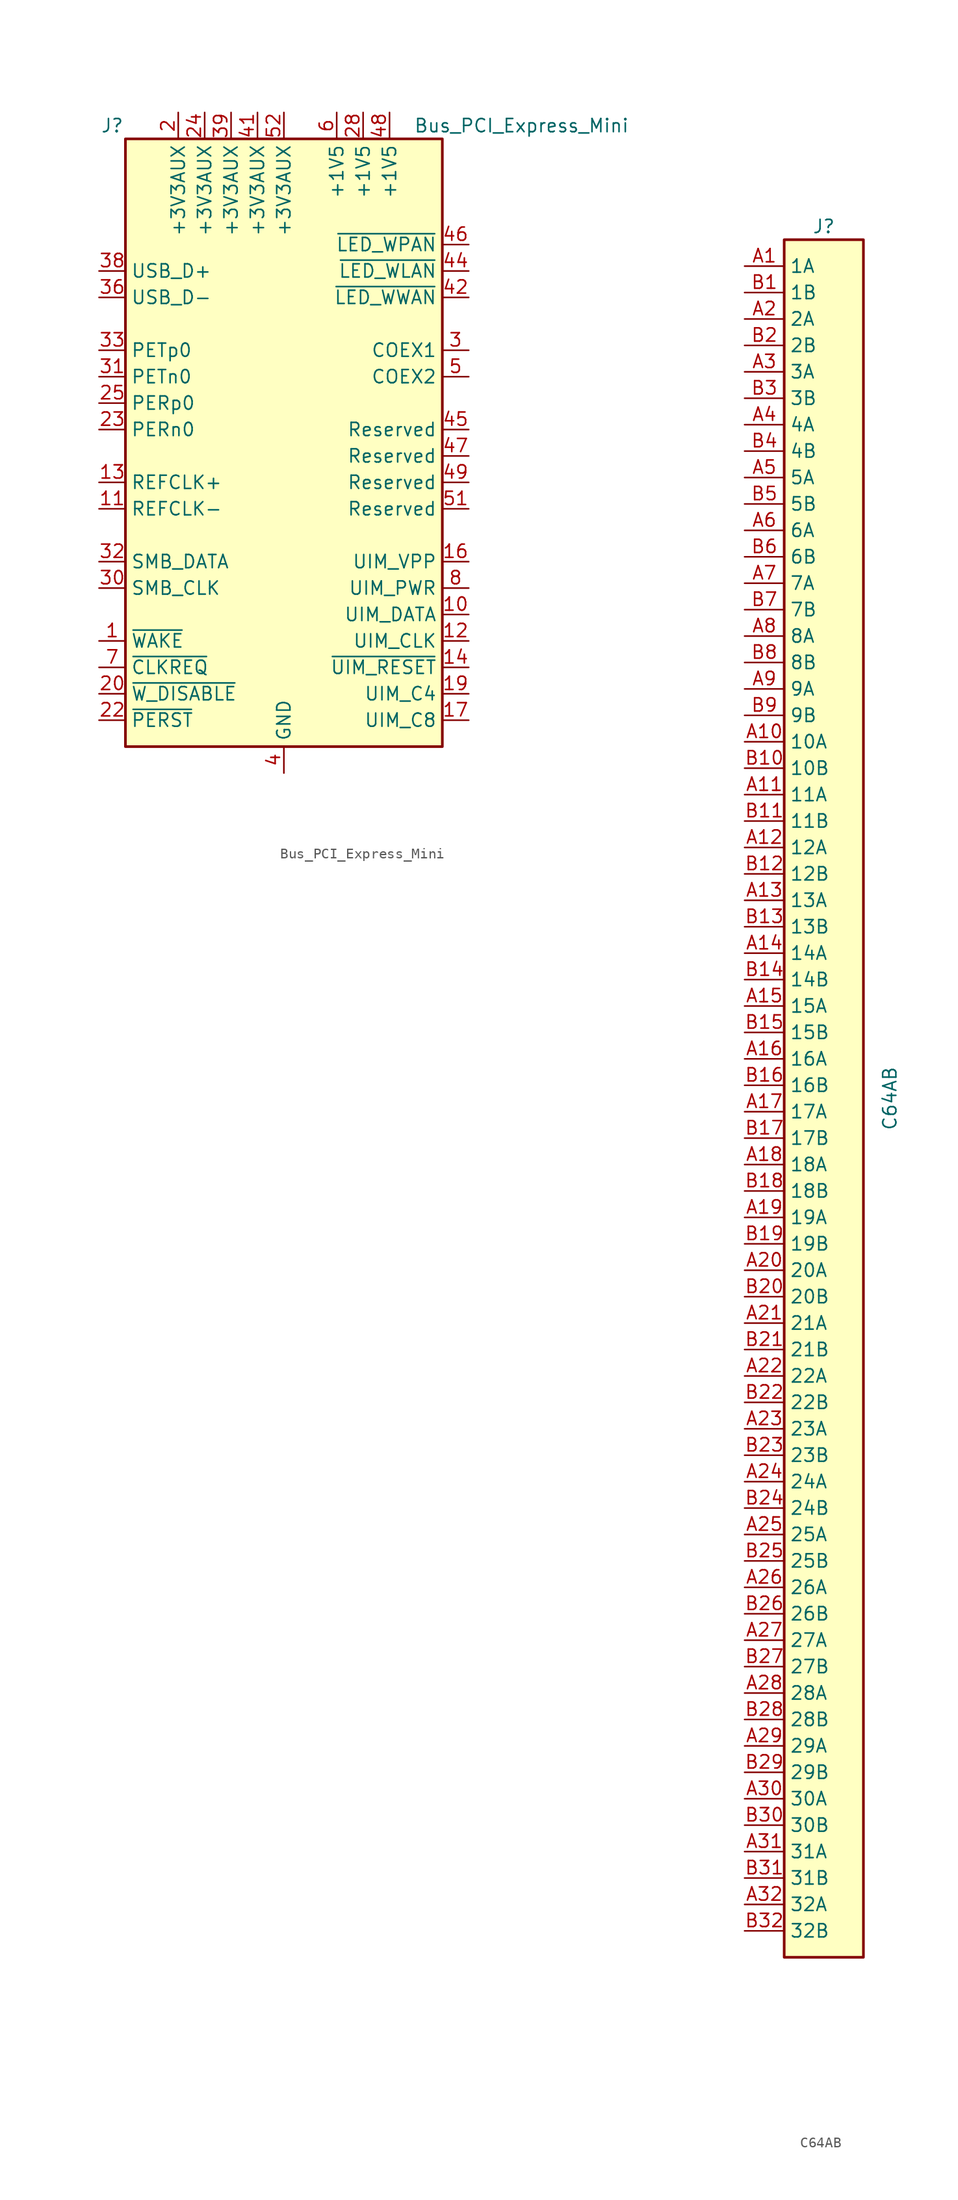
<source format=kicad_sym>
(kicad_symbol_lib
  (version 20211014)
  (generator kicad_symbol_editor)
  (symbol "Bus_PCI_Express_Mini"
    (property "Reference" "J"
      (at -16.51 31.75 0)
      (effects (font (size 1.27 1.27))))
    (property "Value" "Bus_PCI_Express_Mini"
      (at 22.86 31.75 0)
      (effects (font (size 1.27 1.27))))
    (symbol "Bus_PCI_Express_Mini_0_1"
      (rectangle (start -15.24 30.48) (end 15.24 -27.94) (stroke (width 0.254) (type default) (color 0 0 0 0)) (fill (type background))))
    (symbol "Bus_PCI_Express_Mini_1_1"
      (pin open_collector line (at -17.78 -17.78 0) (length 2.54) (name "~{WAKE}" (effects (font (size 1.27 1.27)))) (number "1" (effects (font (size 1.27 1.27)))))
      (pin bidirectional line (at 17.78 -15.24 180) (length 2.54) (name "UIM_DATA" (effects (font (size 1.27 1.27)))) (number "10" (effects (font (size 1.27 1.27)))))
      (pin input line (at -17.78 -5.08 0) (length 2.54) (name "REFCLK-" (effects (font (size 1.27 1.27)))) (number "11" (effects (font (size 1.27 1.27)))))
      (pin output line (at 17.78 -17.78 180) (length 2.54) (name "UIM_CLK" (effects (font (size 1.27 1.27)))) (number "12" (effects (font (size 1.27 1.27)))))
      (pin input line (at -17.78 -2.54 0) (length 2.54) (name "REFCLK+" (effects (font (size 1.27 1.27)))) (number "13" (effects (font (size 1.27 1.27)))))
      (pin output line (at 17.78 -20.32 180) (length 2.54) (name "~{UIM_RESET}" (effects (font (size 1.27 1.27)))) (number "14" (effects (font (size 1.27 1.27)))))
      (pin passive line (at 0 -30.48 90) (length 2.54) hide (name "GND" (effects (font (size 1.27 1.27)))) (number "15" (effects (font (size 1.27 1.27)))))
      (pin power_out line (at 17.78 -10.16 180) (length 2.54) (name "UIM_VPP" (effects (font (size 1.27 1.27)))) (number "16" (effects (font (size 1.27 1.27)))))
      (pin passive line (at 17.78 -25.4 180) (length 2.54) (name "UIM_C8" (effects (font (size 1.27 1.27)))) (number "17" (effects (font (size 1.27 1.27)))))
      (pin passive line (at 0 -30.48 90) (length 2.54) hide (name "GND" (effects (font (size 1.27 1.27)))) (number "18" (effects (font (size 1.27 1.27)))))
      (pin passive line (at 17.78 -22.86 180) (length 2.54) (name "UIM_C4" (effects (font (size 1.27 1.27)))) (number "19" (effects (font (size 1.27 1.27)))))
      (pin power_in line (at -10.16 33.02 270) (length 2.54) (name "+3V3AUX" (effects (font (size 1.27 1.27)))) (number "2" (effects (font (size 1.27 1.27)))))
      (pin input line (at -17.78 -22.86 0) (length 2.54) (name "~{W_DISABLE}" (effects (font (size 1.27 1.27)))) (number "20" (effects (font (size 1.27 1.27)))))
      (pin passive line (at 0 -30.48 90) (length 2.54) hide (name "GND" (effects (font (size 1.27 1.27)))) (number "21" (effects (font (size 1.27 1.27)))))
      (pin input line (at -17.78 -25.4 0) (length 2.54) (name "~{PERST}" (effects (font (size 1.27 1.27)))) (number "22" (effects (font (size 1.27 1.27)))))
      (pin output line (at -17.78 2.54 0) (length 2.54) (name "PERn0" (effects (font (size 1.27 1.27)))) (number "23" (effects (font (size 1.27 1.27)))))
      (pin power_in line (at -7.62 33.02 270) (length 2.54) (name "+3V3AUX" (effects (font (size 1.27 1.27)))) (number "24" (effects (font (size 1.27 1.27)))))
      (pin output line (at -17.78 5.08 0) (length 2.54) (name "PERp0" (effects (font (size 1.27 1.27)))) (number "25" (effects (font (size 1.27 1.27)))))
      (pin passive line (at 0 -30.48 90) (length 2.54) hide (name "GND" (effects (font (size 1.27 1.27)))) (number "26" (effects (font (size 1.27 1.27)))))
      (pin passive line (at 0 -30.48 90) (length 2.54) hide (name "GND" (effects (font (size 1.27 1.27)))) (number "27" (effects (font (size 1.27 1.27)))))
      (pin power_in line (at 7.62 33.02 270) (length 2.54) (name "+1V5" (effects (font (size 1.27 1.27)))) (number "28" (effects (font (size 1.27 1.27)))))
      (pin passive line (at 0 -30.48 90) (length 2.54) hide (name "GND" (effects (font (size 1.27 1.27)))) (number "29" (effects (font (size 1.27 1.27)))))
      (pin passive line (at 17.78 10.16 180) (length 2.54) (name "COEX1" (effects (font (size 1.27 1.27)))) (number "3" (effects (font (size 1.27 1.27)))))
      (pin input line (at -17.78 -12.7 0) (length 2.54) (name "SMB_CLK" (effects (font (size 1.27 1.27)))) (number "30" (effects (font (size 1.27 1.27)))))
      (pin input line (at -17.78 7.62 0) (length 2.54) (name "PETn0" (effects (font (size 1.27 1.27)))) (number "31" (effects (font (size 1.27 1.27)))))
      (pin bidirectional line (at -17.78 -10.16 0) (length 2.54) (name "SMB_DATA" (effects (font (size 1.27 1.27)))) (number "32" (effects (font (size 1.27 1.27)))))
      (pin input line (at -17.78 10.16 0) (length 2.54) (name "PETp0" (effects (font (size 1.27 1.27)))) (number "33" (effects (font (size 1.27 1.27)))))
      (pin passive line (at 0 -30.48 90) (length 2.54) hide (name "GND" (effects (font (size 1.27 1.27)))) (number "34" (effects (font (size 1.27 1.27)))))
      (pin passive line (at 0 -30.48 90) (length 2.54) hide (name "GND" (effects (font (size 1.27 1.27)))) (number "35" (effects (font (size 1.27 1.27)))))
      (pin bidirectional line (at -17.78 15.24 0) (length 2.54) (name "USB_D-" (effects (font (size 1.27 1.27)))) (number "36" (effects (font (size 1.27 1.27)))))
      (pin passive line (at 0 -30.48 90) (length 2.54) hide (name "GND" (effects (font (size 1.27 1.27)))) (number "37" (effects (font (size 1.27 1.27)))))
      (pin bidirectional line (at -17.78 17.78 0) (length 2.54) (name "USB_D+" (effects (font (size 1.27 1.27)))) (number "38" (effects (font (size 1.27 1.27)))))
      (pin power_in line (at -5.08 33.02 270) (length 2.54) (name "+3V3AUX" (effects (font (size 1.27 1.27)))) (number "39" (effects (font (size 1.27 1.27)))))
      (pin power_in line (at 0 -30.48 90) (length 2.54) (name "GND" (effects (font (size 1.27 1.27)))) (number "4" (effects (font (size 1.27 1.27)))))
      (pin passive line (at 0 -30.48 90) (length 2.54) hide (name "GND" (effects (font (size 1.27 1.27)))) (number "40" (effects (font (size 1.27 1.27)))))
      (pin power_in line (at -2.54 33.02 270) (length 2.54) (name "+3V3AUX" (effects (font (size 1.27 1.27)))) (number "41" (effects (font (size 1.27 1.27)))))
      (pin open_collector line (at 17.78 15.24 180) (length 2.54) (name "~{LED_WWAN}" (effects (font (size 1.27 1.27)))) (number "42" (effects (font (size 1.27 1.27)))))
      (pin passive line (at 0 -30.48 90) (length 2.54) hide (name "GND" (effects (font (size 1.27 1.27)))) (number "43" (effects (font (size 1.27 1.27)))))
      (pin open_collector line (at 17.78 17.78 180) (length 2.54) (name "~{LED_WLAN}" (effects (font (size 1.27 1.27)))) (number "44" (effects (font (size 1.27 1.27)))))
      (pin passive line (at 17.78 2.54 180) (length 2.54) (name "Reserved" (effects (font (size 1.27 1.27)))) (number "45" (effects (font (size 1.27 1.27)))))
      (pin open_collector line (at 17.78 20.32 180) (length 2.54) (name "~{LED_WPAN}" (effects (font (size 1.27 1.27)))) (number "46" (effects (font (size 1.27 1.27)))))
      (pin passive line (at 17.78 0 180) (length 2.54) (name "Reserved" (effects (font (size 1.27 1.27)))) (number "47" (effects (font (size 1.27 1.27)))))
      (pin power_in line (at 10.16 33.02 270) (length 2.54) (name "+1V5" (effects (font (size 1.27 1.27)))) (number "48" (effects (font (size 1.27 1.27)))))
      (pin passive line (at 17.78 -2.54 180) (length 2.54) (name "Reserved" (effects (font (size 1.27 1.27)))) (number "49" (effects (font (size 1.27 1.27)))))
      (pin passive line (at 17.78 7.62 180) (length 2.54) (name "COEX2" (effects (font (size 1.27 1.27)))) (number "5" (effects (font (size 1.27 1.27)))))
      (pin passive line (at 0 -30.48 90) (length 2.54) hide (name "GND" (effects (font (size 1.27 1.27)))) (number "50" (effects (font (size 1.27 1.27)))))
      (pin passive line (at 17.78 -5.08 180) (length 2.54) (name "Reserved" (effects (font (size 1.27 1.27)))) (number "51" (effects (font (size 1.27 1.27)))))
      (pin power_in line (at 0 33.02 270) (length 2.54) (name "+3V3AUX" (effects (font (size 1.27 1.27)))) (number "52" (effects (font (size 1.27 1.27)))))
      (pin power_in line (at 5.08 33.02 270) (length 2.54) (name "+1V5" (effects (font (size 1.27 1.27)))) (number "6" (effects (font (size 1.27 1.27)))))
      (pin open_collector line (at -17.78 -20.32 0) (length 2.54) (name "~{CLKREQ}" (effects (font (size 1.27 1.27)))) (number "7" (effects (font (size 1.27 1.27)))))
      (pin power_out line (at 17.78 -12.7 180) (length 2.54) (name "UIM_PWR" (effects (font (size 1.27 1.27)))) (number "8" (effects (font (size 1.27 1.27)))))
      (pin passive line (at 0 -30.48 90) (length 2.54) hide (name "GND" (effects (font (size 1.27 1.27)))) (number "9" (effects (font (size 1.27 1.27)))))))
  (symbol "C64AB"
    (property "Reference" "J"
      (at 0 85.09 0)
      (effects (font (size 1.27 1.27))))
    (property "Value" "C64AB"
      (at 6.35 1.27 90)
      (effects (font (size 1.27 1.27))))
    (symbol "C64AB_0_1"
      (rectangle (start -3.81 -81.28) (end 3.81 83.82) (stroke (width 0.254) (type default) (color 0 0 0 0)) (fill (type background))))
    (symbol "C64AB_1_1"
      (pin passive line (at -7.62 81.28 0) (length 3.81) (name "1A" (effects (font (size 1.27 1.27)))) (number "A1" (effects (font (size 1.27 1.27)))))
      (pin passive line (at -7.62 35.56 0) (length 3.81) (name "10A" (effects (font (size 1.27 1.27)))) (number "A10" (effects (font (size 1.27 1.27)))))
      (pin passive line (at -7.62 30.48 0) (length 3.81) (name "11A" (effects (font (size 1.27 1.27)))) (number "A11" (effects (font (size 1.27 1.27)))))
      (pin passive line (at -7.62 25.4 0) (length 3.81) (name "12A" (effects (font (size 1.27 1.27)))) (number "A12" (effects (font (size 1.27 1.27)))))
      (pin passive line (at -7.62 20.32 0) (length 3.81) (name "13A" (effects (font (size 1.27 1.27)))) (number "A13" (effects (font (size 1.27 1.27)))))
      (pin passive line (at -7.62 15.24 0) (length 3.81) (name "14A" (effects (font (size 1.27 1.27)))) (number "A14" (effects (font (size 1.27 1.27)))))
      (pin passive line (at -7.62 10.16 0) (length 3.81) (name "15A" (effects (font (size 1.27 1.27)))) (number "A15" (effects (font (size 1.27 1.27)))))
      (pin passive line (at -7.62 5.08 0) (length 3.81) (name "16A" (effects (font (size 1.27 1.27)))) (number "A16" (effects (font (size 1.27 1.27)))))
      (pin passive line (at -7.62 0 0) (length 3.81) (name "17A" (effects (font (size 1.27 1.27)))) (number "A17" (effects (font (size 1.27 1.27)))))
      (pin passive line (at -7.62 -5.08 0) (length 3.81) (name "18A" (effects (font (size 1.27 1.27)))) (number "A18" (effects (font (size 1.27 1.27)))))
      (pin passive line (at -7.62 -10.16 0) (length 3.81) (name "19A" (effects (font (size 1.27 1.27)))) (number "A19" (effects (font (size 1.27 1.27)))))
      (pin passive line (at -7.62 76.2 0) (length 3.81) (name "2A" (effects (font (size 1.27 1.27)))) (number "A2" (effects (font (size 1.27 1.27)))))
      (pin passive line (at -7.62 -15.24 0) (length 3.81) (name "20A" (effects (font (size 1.27 1.27)))) (number "A20" (effects (font (size 1.27 1.27)))))
      (pin passive line (at -7.62 -20.32 0) (length 3.81) (name "21A" (effects (font (size 1.27 1.27)))) (number "A21" (effects (font (size 1.27 1.27)))))
      (pin passive line (at -7.62 -25.4 0) (length 3.81) (name "22A" (effects (font (size 1.27 1.27)))) (number "A22" (effects (font (size 1.27 1.27)))))
      (pin passive line (at -7.62 -30.48 0) (length 3.81) (name "23A" (effects (font (size 1.27 1.27)))) (number "A23" (effects (font (size 1.27 1.27)))))
      (pin passive line (at -7.62 -35.56 0) (length 3.81) (name "24A" (effects (font (size 1.27 1.27)))) (number "A24" (effects (font (size 1.27 1.27)))))
      (pin passive line (at -7.62 -40.64 0) (length 3.81) (name "25A" (effects (font (size 1.27 1.27)))) (number "A25" (effects (font (size 1.27 1.27)))))
      (pin passive line (at -7.62 -45.72 0) (length 3.81) (name "26A" (effects (font (size 1.27 1.27)))) (number "A26" (effects (font (size 1.27 1.27)))))
      (pin passive line (at -7.62 -50.8 0) (length 3.81) (name "27A" (effects (font (size 1.27 1.27)))) (number "A27" (effects (font (size 1.27 1.27)))))
      (pin passive line (at -7.62 -55.88 0) (length 3.81) (name "28A" (effects (font (size 1.27 1.27)))) (number "A28" (effects (font (size 1.27 1.27)))))
      (pin passive line (at -7.62 -60.96 0) (length 3.81) (name "29A" (effects (font (size 1.27 1.27)))) (number "A29" (effects (font (size 1.27 1.27)))))
      (pin passive line (at -7.62 71.12 0) (length 3.81) (name "3A" (effects (font (size 1.27 1.27)))) (number "A3" (effects (font (size 1.27 1.27)))))
      (pin passive line (at -7.62 -66.04 0) (length 3.81) (name "30A" (effects (font (size 1.27 1.27)))) (number "A30" (effects (font (size 1.27 1.27)))))
      (pin passive line (at -7.62 -71.12 0) (length 3.81) (name "31A" (effects (font (size 1.27 1.27)))) (number "A31" (effects (font (size 1.27 1.27)))))
      (pin passive line (at -7.62 -76.2 0) (length 3.81) (name "32A" (effects (font (size 1.27 1.27)))) (number "A32" (effects (font (size 1.27 1.27)))))
      (pin passive line (at -7.62 66.04 0) (length 3.81) (name "4A" (effects (font (size 1.27 1.27)))) (number "A4" (effects (font (size 1.27 1.27)))))
      (pin passive line (at -7.62 60.96 0) (length 3.81) (name "5A" (effects (font (size 1.27 1.27)))) (number "A5" (effects (font (size 1.27 1.27)))))
      (pin passive line (at -7.62 55.88 0) (length 3.81) (name "6A" (effects (font (size 1.27 1.27)))) (number "A6" (effects (font (size 1.27 1.27)))))
      (pin passive line (at -7.62 50.8 0) (length 3.81) (name "7A" (effects (font (size 1.27 1.27)))) (number "A7" (effects (font (size 1.27 1.27)))))
      (pin passive line (at -7.62 45.72 0) (length 3.81) (name "8A" (effects (font (size 1.27 1.27)))) (number "A8" (effects (font (size 1.27 1.27)))))
      (pin passive line (at -7.62 40.64 0) (length 3.81) (name "9A" (effects (font (size 1.27 1.27)))) (number "A9" (effects (font (size 1.27 1.27)))))
      (pin passive line (at -7.62 78.74 0) (length 3.81) (name "1B" (effects (font (size 1.27 1.27)))) (number "B1" (effects (font (size 1.27 1.27)))))
      (pin passive line (at -7.62 33.02 0) (length 3.81) (name "10B" (effects (font (size 1.27 1.27)))) (number "B10" (effects (font (size 1.27 1.27)))))
      (pin passive line (at -7.62 27.94 0) (length 3.81) (name "11B" (effects (font (size 1.27 1.27)))) (number "B11" (effects (font (size 1.27 1.27)))))
      (pin passive line (at -7.62 22.86 0) (length 3.81) (name "12B" (effects (font (size 1.27 1.27)))) (number "B12" (effects (font (size 1.27 1.27)))))
      (pin passive line (at -7.62 17.78 0) (length 3.81) (name "13B" (effects (font (size 1.27 1.27)))) (number "B13" (effects (font (size 1.27 1.27)))))
      (pin passive line (at -7.62 12.7 0) (length 3.81) (name "14B" (effects (font (size 1.27 1.27)))) (number "B14" (effects (font (size 1.27 1.27)))))
      (pin passive line (at -7.62 7.62 0) (length 3.81) (name "15B" (effects (font (size 1.27 1.27)))) (number "B15" (effects (font (size 1.27 1.27)))))
      (pin passive line (at -7.62 2.54 0) (length 3.81) (name "16B" (effects (font (size 1.27 1.27)))) (number "B16" (effects (font (size 1.27 1.27)))))
      (pin passive line (at -7.62 -2.54 0) (length 3.81) (name "17B" (effects (font (size 1.27 1.27)))) (number "B17" (effects (font (size 1.27 1.27)))))
      (pin passive line (at -7.62 -7.62 0) (length 3.81) (name "18B" (effects (font (size 1.27 1.27)))) (number "B18" (effects (font (size 1.27 1.27)))))
      (pin passive line (at -7.62 -12.7 0) (length 3.81) (name "19B" (effects (font (size 1.27 1.27)))) (number "B19" (effects (font (size 1.27 1.27)))))
      (pin passive line (at -7.62 73.66 0) (length 3.81) (name "2B" (effects (font (size 1.27 1.27)))) (number "B2" (effects (font (size 1.27 1.27)))))
      (pin passive line (at -7.62 -17.78 0) (length 3.81) (name "20B" (effects (font (size 1.27 1.27)))) (number "B20" (effects (font (size 1.27 1.27)))))
      (pin passive line (at -7.62 -22.86 0) (length 3.81) (name "21B" (effects (font (size 1.27 1.27)))) (number "B21" (effects (font (size 1.27 1.27)))))
      (pin passive line (at -7.62 -27.94 0) (length 3.81) (name "22B" (effects (font (size 1.27 1.27)))) (number "B22" (effects (font (size 1.27 1.27)))))
      (pin passive line (at -7.62 -33.02 0) (length 3.81) (name "23B" (effects (font (size 1.27 1.27)))) (number "B23" (effects (font (size 1.27 1.27)))))
      (pin passive line (at -7.62 -38.1 0) (length 3.81) (name "24B" (effects (font (size 1.27 1.27)))) (number "B24" (effects (font (size 1.27 1.27)))))
      (pin passive line (at -7.62 -43.18 0) (length 3.81) (name "25B" (effects (font (size 1.27 1.27)))) (number "B25" (effects (font (size 1.27 1.27)))))
      (pin passive line (at -7.62 -48.26 0) (length 3.81) (name "26B" (effects (font (size 1.27 1.27)))) (number "B26" (effects (font (size 1.27 1.27)))))
      (pin passive line (at -7.62 -53.34 0) (length 3.81) (name "27B" (effects (font (size 1.27 1.27)))) (number "B27" (effects (font (size 1.27 1.27)))))
      (pin passive line (at -7.62 -58.42 0) (length 3.81) (name "28B" (effects (font (size 1.27 1.27)))) (number "B28" (effects (font (size 1.27 1.27)))))
      (pin passive line (at -7.62 -63.5 0) (length 3.81) (name "29B" (effects (font (size 1.27 1.27)))) (number "B29" (effects (font (size 1.27 1.27)))))
      (pin passive line (at -7.62 68.58 0) (length 3.81) (name "3B" (effects (font (size 1.27 1.27)))) (number "B3" (effects (font (size 1.27 1.27)))))
      (pin passive line (at -7.62 -68.58 0) (length 3.81) (name "30B" (effects (font (size 1.27 1.27)))) (number "B30" (effects (font (size 1.27 1.27)))))
      (pin passive line (at -7.62 -73.66 0) (length 3.81) (name "31B" (effects (font (size 1.27 1.27)))) (number "B31" (effects (font (size 1.27 1.27)))))
      (pin passive line (at -7.62 -78.74 0) (length 3.81) (name "32B" (effects (font (size 1.27 1.27)))) (number "B32" (effects (font (size 1.27 1.27)))))
      (pin passive line (at -7.62 63.5 0) (length 3.81) (name "4B" (effects (font (size 1.27 1.27)))) (number "B4" (effects (font (size 1.27 1.27)))))
      (pin passive line (at -7.62 58.42 0) (length 3.81) (name "5B" (effects (font (size 1.27 1.27)))) (number "B5" (effects (font (size 1.27 1.27)))))
      (pin passive line (at -7.62 53.34 0) (length 3.81) (name "6B" (effects (font (size 1.27 1.27)))) (number "B6" (effects (font (size 1.27 1.27)))))
      (pin passive line (at -7.62 48.26 0) (length 3.81) (name "7B" (effects (font (size 1.27 1.27)))) (number "B7" (effects (font (size 1.27 1.27)))))
      (pin passive line (at -7.62 43.18 0) (length 3.81) (name "8B" (effects (font (size 1.27 1.27)))) (number "B8" (effects (font (size 1.27 1.27)))))
      (pin passive line (at -7.62 38.1 0) (length 3.81) (name "9B" (effects (font (size 1.27 1.27)))) (number "B9" (effects (font (size 1.27 1.27))))))))
</source>
